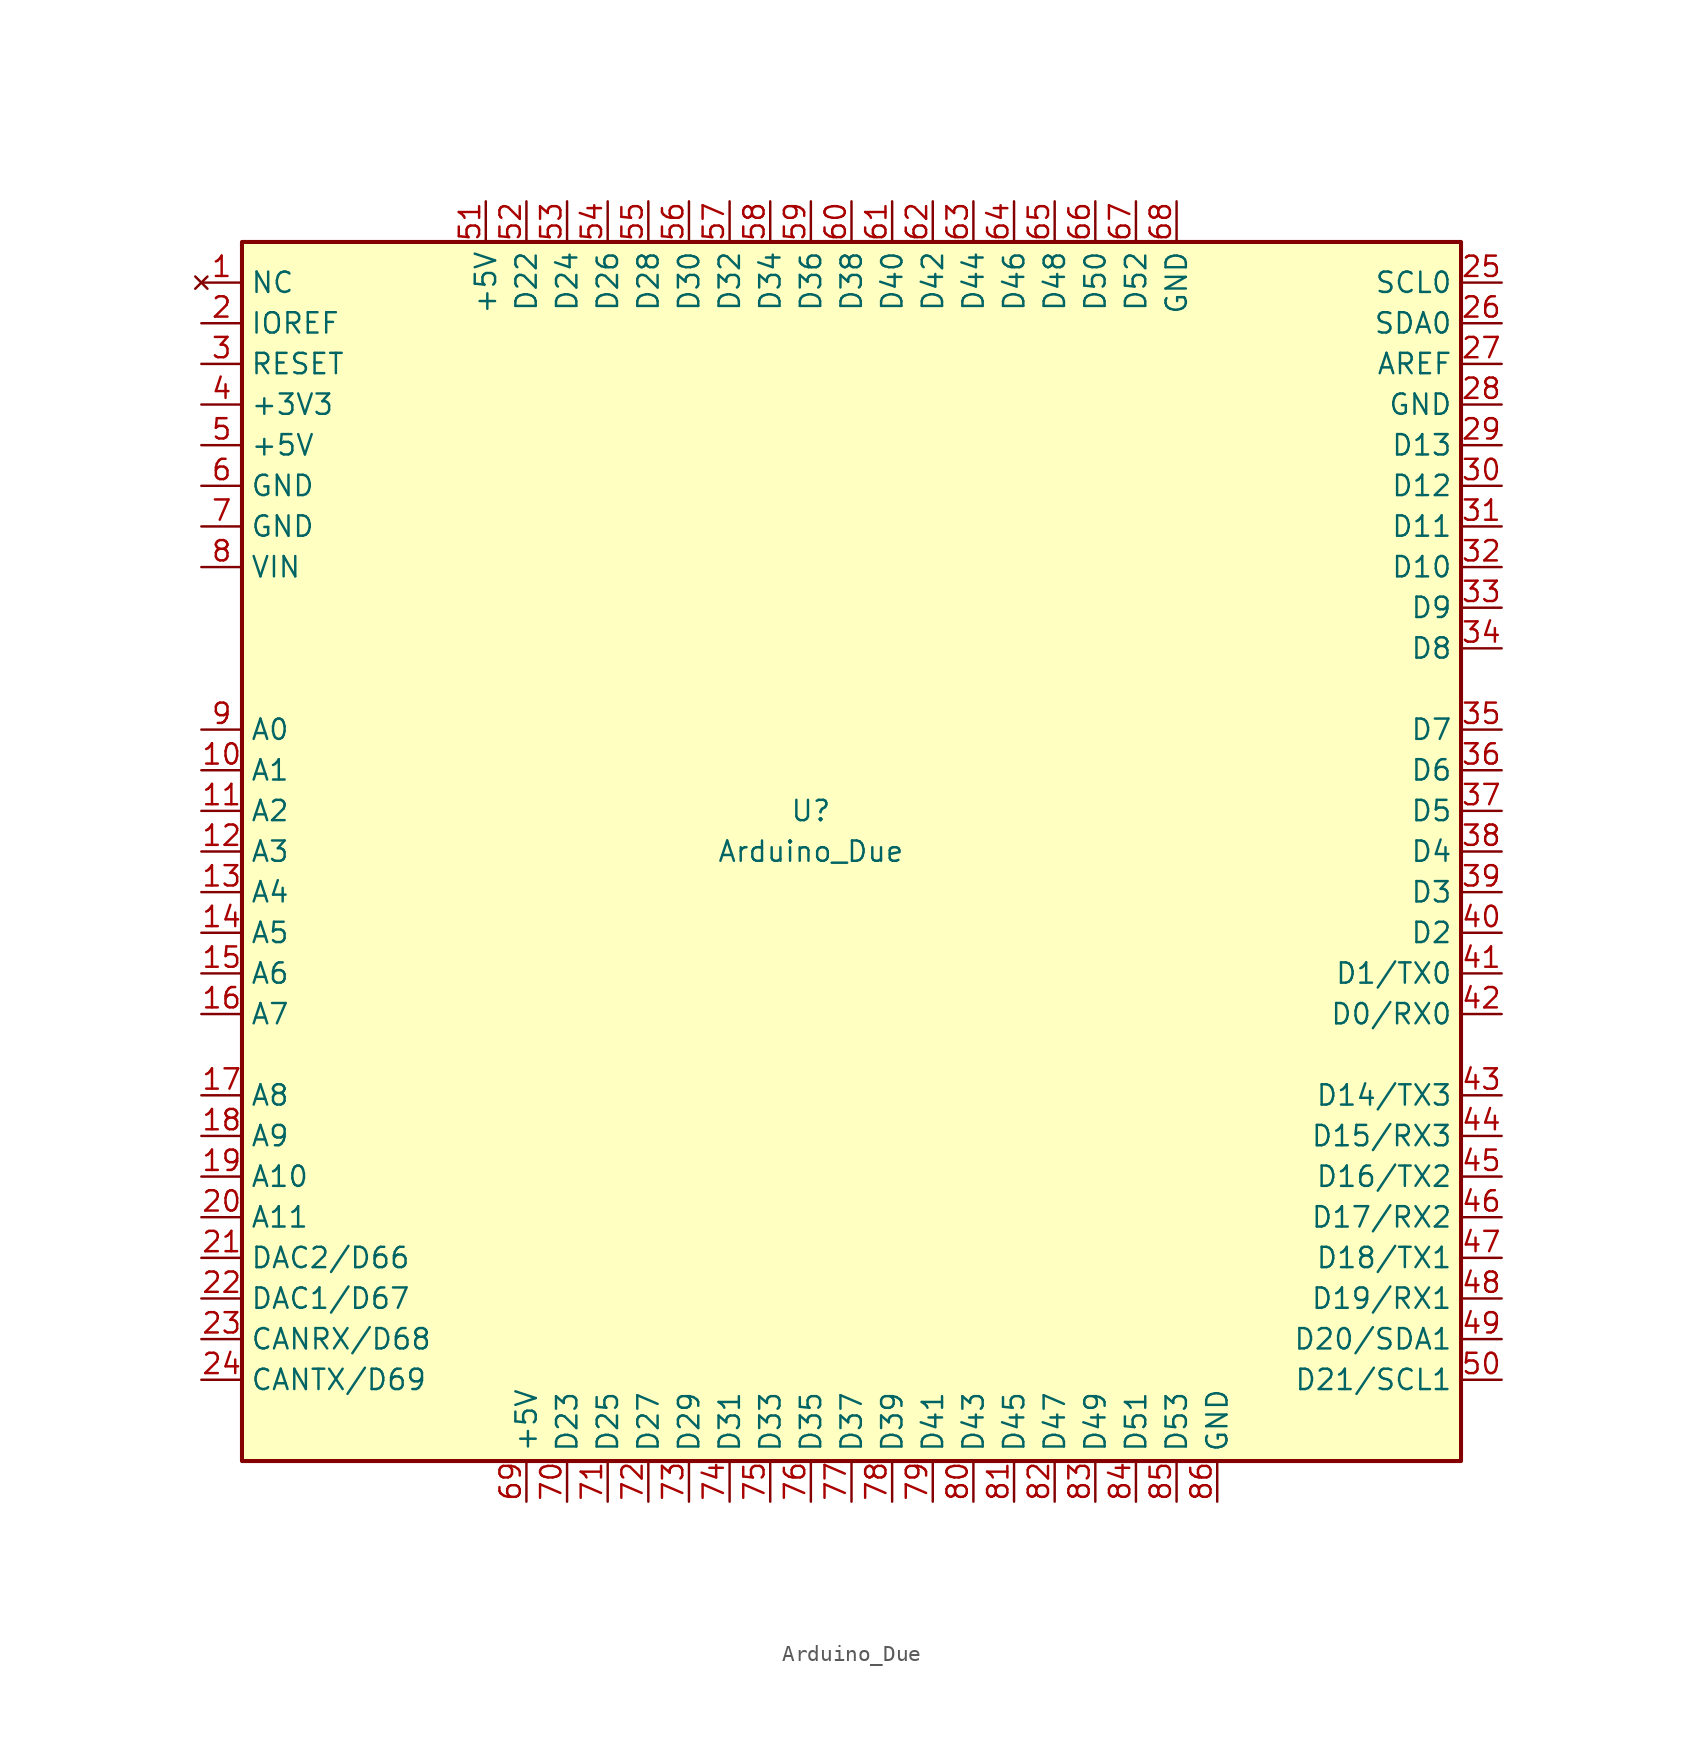
<source format=kicad_sym>
(kicad_symbol_lib
  (version 20220914)
  (generator kicad_symbol_editor)
  (symbol "Arduino_Due"
    (property "Reference" "U"
      (at 0 2.54 0)
      (effects (font (size 1.27 1.27))))
    (property "Value" "Arduino_Due"
      (at 0 0 0)
      (effects (font (size 1.27 1.27))))
    (symbol "Arduino_Due_0_0"
      (pin no_connect line (at -38.1 35.56 0) (length 2.54) (name "NC" (effects (font (size 1.27 1.27)))) (number "1" (effects (font (size 1.27 1.27)))))
      (pin input line (at -38.1 5.08 0) (length 2.54) (name "A1" (effects (font (size 1.27 1.27)))) (number "10" (effects (font (size 1.27 1.27)))))
      (pin input line (at -38.1 2.54 0) (length 2.54) (name "A2" (effects (font (size 1.27 1.27)))) (number "11" (effects (font (size 1.27 1.27)))))
      (pin input line (at -38.1 0 0) (length 2.54) (name "A3" (effects (font (size 1.27 1.27)))) (number "12" (effects (font (size 1.27 1.27)))))
      (pin input line (at -38.1 -2.54 0) (length 2.54) (name "A4" (effects (font (size 1.27 1.27)))) (number "13" (effects (font (size 1.27 1.27)))))
      (pin input line (at -38.1 -5.08 0) (length 2.54) (name "A5" (effects (font (size 1.27 1.27)))) (number "14" (effects (font (size 1.27 1.27)))))
      (pin input line (at -38.1 -7.62 0) (length 2.54) (name "A6" (effects (font (size 1.27 1.27)))) (number "15" (effects (font (size 1.27 1.27)))))
      (pin input line (at -38.1 -10.16 0) (length 2.54) (name "A7" (effects (font (size 1.27 1.27)))) (number "16" (effects (font (size 1.27 1.27)))))
      (pin input line (at -38.1 -15.24 0) (length 2.54) (name "A8" (effects (font (size 1.27 1.27)))) (number "17" (effects (font (size 1.27 1.27)))))
      (pin input line (at -38.1 -17.78 0) (length 2.54) (name "A9" (effects (font (size 1.27 1.27)))) (number "18" (effects (font (size 1.27 1.27)))))
      (pin input line (at -38.1 -20.32 0) (length 2.54) (name "A10" (effects (font (size 1.27 1.27)))) (number "19" (effects (font (size 1.27 1.27)))))
      (pin input line (at -38.1 33.02 0) (length 2.54) (name "IOREF" (effects (font (size 1.27 1.27)))) (number "2" (effects (font (size 1.27 1.27)))))
      (pin input line (at -38.1 -22.86 0) (length 2.54) (name "A11" (effects (font (size 1.27 1.27)))) (number "20" (effects (font (size 1.27 1.27)))))
      (pin input line (at -38.1 -25.4 0) (length 2.54) (name "DAC2/D66" (effects (font (size 1.27 1.27)))) (number "21" (effects (font (size 1.27 1.27)))))
      (pin input line (at -38.1 -27.94 0) (length 2.54) (name "DAC1/D67" (effects (font (size 1.27 1.27)))) (number "22" (effects (font (size 1.27 1.27)))))
      (pin input line (at -38.1 -30.48 0) (length 2.54) (name "CANRX/D68" (effects (font (size 1.27 1.27)))) (number "23" (effects (font (size 1.27 1.27)))))
      (pin input line (at -38.1 -33.02 0) (length 2.54) (name "CANTX/D69" (effects (font (size 1.27 1.27)))) (number "24" (effects (font (size 1.27 1.27)))))
      (pin bidirectional line (at 43.18 35.56 180) (length 2.54) (name "SCL0" (effects (font (size 1.27 1.27)))) (number "25" (effects (font (size 1.27 1.27)))))
      (pin bidirectional line (at 43.18 33.02 180) (length 2.54) (name "SDA0" (effects (font (size 1.27 1.27)))) (number "26" (effects (font (size 1.27 1.27)))))
      (pin bidirectional line (at 43.18 30.48 180) (length 2.54) (name "AREF" (effects (font (size 1.27 1.27)))) (number "27" (effects (font (size 1.27 1.27)))))
      (pin bidirectional line (at 43.18 27.94 180) (length 2.54) (name "GND" (effects (font (size 1.27 1.27)))) (number "28" (effects (font (size 1.27 1.27)))))
      (pin bidirectional line (at 43.18 25.4 180) (length 2.54) (name "D13" (effects (font (size 1.27 1.27)))) (number "29" (effects (font (size 1.27 1.27)))))
      (pin input line (at -38.1 30.48 0) (length 2.54) (name "RESET" (effects (font (size 1.27 1.27)))) (number "3" (effects (font (size 1.27 1.27)))))
      (pin bidirectional line (at 43.18 22.86 180) (length 2.54) (name "D12" (effects (font (size 1.27 1.27)))) (number "30" (effects (font (size 1.27 1.27)))))
      (pin bidirectional line (at 43.18 20.32 180) (length 2.54) (name "D11" (effects (font (size 1.27 1.27)))) (number "31" (effects (font (size 1.27 1.27)))))
      (pin bidirectional line (at 43.18 17.78 180) (length 2.54) (name "D10" (effects (font (size 1.27 1.27)))) (number "32" (effects (font (size 1.27 1.27)))))
      (pin bidirectional line (at 43.18 15.24 180) (length 2.54) (name "D9" (effects (font (size 1.27 1.27)))) (number "33" (effects (font (size 1.27 1.27)))))
      (pin bidirectional line (at 43.18 12.7 180) (length 2.54) (name "D8" (effects (font (size 1.27 1.27)))) (number "34" (effects (font (size 1.27 1.27)))))
      (pin bidirectional line (at 43.18 7.62 180) (length 2.54) (name "D7" (effects (font (size 1.27 1.27)))) (number "35" (effects (font (size 1.27 1.27)))))
      (pin bidirectional line (at 43.18 5.08 180) (length 2.54) (name "D6" (effects (font (size 1.27 1.27)))) (number "36" (effects (font (size 1.27 1.27)))))
      (pin bidirectional line (at 43.18 2.54 180) (length 2.54) (name "D5" (effects (font (size 1.27 1.27)))) (number "37" (effects (font (size 1.27 1.27)))))
      (pin bidirectional line (at 43.18 0 180) (length 2.54) (name "D4" (effects (font (size 1.27 1.27)))) (number "38" (effects (font (size 1.27 1.27)))))
      (pin bidirectional line (at 43.18 -2.54 180) (length 2.54) (name "D3" (effects (font (size 1.27 1.27)))) (number "39" (effects (font (size 1.27 1.27)))))
      (pin power_out line (at -38.1 27.94 0) (length 2.54) (name "+3V3" (effects (font (size 1.27 1.27)))) (number "4" (effects (font (size 1.27 1.27)))))
      (pin bidirectional line (at 43.18 -5.08 180) (length 2.54) (name "D2" (effects (font (size 1.27 1.27)))) (number "40" (effects (font (size 1.27 1.27)))))
      (pin bidirectional line (at 43.18 -7.62 180) (length 2.54) (name "D1/TX0" (effects (font (size 1.27 1.27)))) (number "41" (effects (font (size 1.27 1.27)))))
      (pin bidirectional line (at 43.18 -10.16 180) (length 2.54) (name "D0/RX0" (effects (font (size 1.27 1.27)))) (number "42" (effects (font (size 1.27 1.27)))))
      (pin bidirectional line (at 43.18 -15.24 180) (length 2.54) (name "D14/TX3" (effects (font (size 1.27 1.27)))) (number "43" (effects (font (size 1.27 1.27)))))
      (pin bidirectional line (at 43.18 -17.78 180) (length 2.54) (name "D15/RX3" (effects (font (size 1.27 1.27)))) (number "44" (effects (font (size 1.27 1.27)))))
      (pin bidirectional line (at 43.18 -20.32 180) (length 2.54) (name "D16/TX2" (effects (font (size 1.27 1.27)))) (number "45" (effects (font (size 1.27 1.27)))))
      (pin bidirectional line (at 43.18 -22.86 180) (length 2.54) (name "D17/RX2" (effects (font (size 1.27 1.27)))) (number "46" (effects (font (size 1.27 1.27)))))
      (pin bidirectional line (at 43.18 -25.4 180) (length 2.54) (name "D18/TX1" (effects (font (size 1.27 1.27)))) (number "47" (effects (font (size 1.27 1.27)))))
      (pin bidirectional line (at 43.18 -27.94 180) (length 2.54) (name "D19/RX1" (effects (font (size 1.27 1.27)))) (number "48" (effects (font (size 1.27 1.27)))))
      (pin bidirectional line (at 43.18 -30.48 180) (length 2.54) (name "D20/SDA1" (effects (font (size 1.27 1.27)))) (number "49" (effects (font (size 1.27 1.27)))))
      (pin power_out line (at -38.1 25.4 0) (length 2.54) (name "+5V" (effects (font (size 1.27 1.27)))) (number "5" (effects (font (size 1.27 1.27)))))
      (pin bidirectional line (at 43.18 -33.02 180) (length 2.54) (name "D21/SCL1" (effects (font (size 1.27 1.27)))) (number "50" (effects (font (size 1.27 1.27)))))
      (pin power_out line (at -20.32 40.64 270) (length 2.54) (name "+5V" (effects (font (size 1.27 1.27)))) (number "51" (effects (font (size 1.27 1.27)))))
      (pin bidirectional line (at -17.78 40.64 270) (length 2.54) (name "D22" (effects (font (size 1.27 1.27)))) (number "52" (effects (font (size 1.27 1.27)))))
      (pin bidirectional line (at -15.24 40.64 270) (length 2.54) (name "D24" (effects (font (size 1.27 1.27)))) (number "53" (effects (font (size 1.27 1.27)))))
      (pin bidirectional line (at -12.7 40.64 270) (length 2.54) (name "D26" (effects (font (size 1.27 1.27)))) (number "54" (effects (font (size 1.27 1.27)))))
      (pin bidirectional line (at -10.16 40.64 270) (length 2.54) (name "D28" (effects (font (size 1.27 1.27)))) (number "55" (effects (font (size 1.27 1.27)))))
      (pin bidirectional line (at -7.62 40.64 270) (length 2.54) (name "D30" (effects (font (size 1.27 1.27)))) (number "56" (effects (font (size 1.27 1.27)))))
      (pin bidirectional line (at -5.08 40.64 270) (length 2.54) (name "D32" (effects (font (size 1.27 1.27)))) (number "57" (effects (font (size 1.27 1.27)))))
      (pin bidirectional line (at -2.54 40.64 270) (length 2.54) (name "D34" (effects (font (size 1.27 1.27)))) (number "58" (effects (font (size 1.27 1.27)))))
      (pin bidirectional line (at 0 40.64 270) (length 2.54) (name "D36" (effects (font (size 1.27 1.27)))) (number "59" (effects (font (size 1.27 1.27)))))
      (pin power_out line (at -38.1 22.86 0) (length 2.54) (name "GND" (effects (font (size 1.27 1.27)))) (number "6" (effects (font (size 1.27 1.27)))))
      (pin bidirectional line (at 2.54 40.64 270) (length 2.54) (name "D38" (effects (font (size 1.27 1.27)))) (number "60" (effects (font (size 1.27 1.27)))))
      (pin bidirectional line (at 5.08 40.64 270) (length 2.54) (name "D40" (effects (font (size 1.27 1.27)))) (number "61" (effects (font (size 1.27 1.27)))))
      (pin bidirectional line (at 7.62 40.64 270) (length 2.54) (name "D42" (effects (font (size 1.27 1.27)))) (number "62" (effects (font (size 1.27 1.27)))))
      (pin bidirectional line (at 10.16 40.64 270) (length 2.54) (name "D44" (effects (font (size 1.27 1.27)))) (number "63" (effects (font (size 1.27 1.27)))))
      (pin bidirectional line (at 12.7 40.64 270) (length 2.54) (name "D46" (effects (font (size 1.27 1.27)))) (number "64" (effects (font (size 1.27 1.27)))))
      (pin bidirectional line (at 15.24 40.64 270) (length 2.54) (name "D48" (effects (font (size 1.27 1.27)))) (number "65" (effects (font (size 1.27 1.27)))))
      (pin bidirectional line (at 17.78 40.64 270) (length 2.54) (name "D50" (effects (font (size 1.27 1.27)))) (number "66" (effects (font (size 1.27 1.27)))))
      (pin bidirectional line (at 20.32 40.64 270) (length 2.54) (name "D52" (effects (font (size 1.27 1.27)))) (number "67" (effects (font (size 1.27 1.27)))))
      (pin power_out line (at 22.86 40.64 270) (length 2.54) (name "GND" (effects (font (size 1.27 1.27)))) (number "68" (effects (font (size 1.27 1.27)))))
      (pin power_out line (at -17.78 -40.64 90) (length 2.54) (name "+5V" (effects (font (size 1.27 1.27)))) (number "69" (effects (font (size 1.27 1.27)))))
      (pin power_out line (at -38.1 20.32 0) (length 2.54) (name "GND" (effects (font (size 1.27 1.27)))) (number "7" (effects (font (size 1.27 1.27)))))
      (pin bidirectional line (at -15.24 -40.64 90) (length 2.54) (name "D23" (effects (font (size 1.27 1.27)))) (number "70" (effects (font (size 1.27 1.27)))))
      (pin bidirectional line (at -12.7 -40.64 90) (length 2.54) (name "D25" (effects (font (size 1.27 1.27)))) (number "71" (effects (font (size 1.27 1.27)))))
      (pin bidirectional line (at -10.16 -40.64 90) (length 2.54) (name "D27" (effects (font (size 1.27 1.27)))) (number "72" (effects (font (size 1.27 1.27)))))
      (pin bidirectional line (at -7.62 -40.64 90) (length 2.54) (name "D29" (effects (font (size 1.27 1.27)))) (number "73" (effects (font (size 1.27 1.27)))))
      (pin bidirectional line (at -5.08 -40.64 90) (length 2.54) (name "D31" (effects (font (size 1.27 1.27)))) (number "74" (effects (font (size 1.27 1.27)))))
      (pin bidirectional line (at -2.54 -40.64 90) (length 2.54) (name "D33" (effects (font (size 1.27 1.27)))) (number "75" (effects (font (size 1.27 1.27)))))
      (pin bidirectional line (at 0 -40.64 90) (length 2.54) (name "D35" (effects (font (size 1.27 1.27)))) (number "76" (effects (font (size 1.27 1.27)))))
      (pin bidirectional line (at 2.54 -40.64 90) (length 2.54) (name "D37" (effects (font (size 1.27 1.27)))) (number "77" (effects (font (size 1.27 1.27)))))
      (pin bidirectional line (at 5.08 -40.64 90) (length 2.54) (name "D39" (effects (font (size 1.27 1.27)))) (number "78" (effects (font (size 1.27 1.27)))))
      (pin bidirectional line (at 7.62 -40.64 90) (length 2.54) (name "D41" (effects (font (size 1.27 1.27)))) (number "79" (effects (font (size 1.27 1.27)))))
      (pin power_in line (at -38.1 17.78 0) (length 2.54) (name "VIN" (effects (font (size 1.27 1.27)))) (number "8" (effects (font (size 1.27 1.27)))))
      (pin bidirectional line (at 10.16 -40.64 90) (length 2.54) (name "D43" (effects (font (size 1.27 1.27)))) (number "80" (effects (font (size 1.27 1.27)))))
      (pin bidirectional line (at 12.7 -40.64 90) (length 2.54) (name "D45" (effects (font (size 1.27 1.27)))) (number "81" (effects (font (size 1.27 1.27)))))
      (pin bidirectional line (at 15.24 -40.64 90) (length 2.54) (name "D47" (effects (font (size 1.27 1.27)))) (number "82" (effects (font (size 1.27 1.27)))))
      (pin bidirectional line (at 17.78 -40.64 90) (length 2.54) (name "D49" (effects (font (size 1.27 1.27)))) (number "83" (effects (font (size 1.27 1.27)))))
      (pin bidirectional line (at 20.32 -40.64 90) (length 2.54) (name "D51" (effects (font (size 1.27 1.27)))) (number "84" (effects (font (size 1.27 1.27)))))
      (pin bidirectional line (at 22.86 -40.64 90) (length 2.54) (name "D53" (effects (font (size 1.27 1.27)))) (number "85" (effects (font (size 1.27 1.27)))))
      (pin bidirectional line (at 25.4 -40.64 90) (length 2.54) (name "GND" (effects (font (size 1.27 1.27)))) (number "86" (effects (font (size 1.27 1.27)))))
      (pin input line (at -38.1 7.62 0) (length 2.54) (name "A0" (effects (font (size 1.27 1.27)))) (number "9" (effects (font (size 1.27 1.27)))) (alternate "D54" bidirectional line)))
    (symbol "Arduino_Due_0_1"
      (rectangle (start -35.56 38.1) (end 40.64 -38.1) (stroke (width 0.254) (type default)) (fill (type background))))))
</source>
